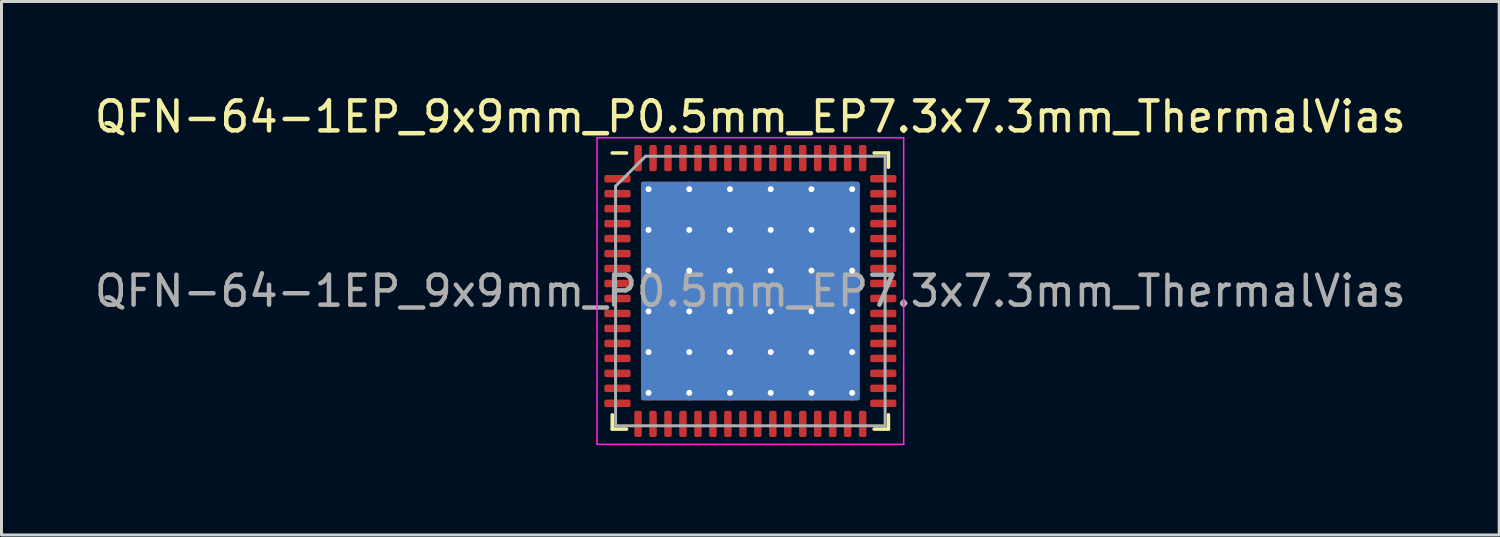
<source format=kicad_pcb>
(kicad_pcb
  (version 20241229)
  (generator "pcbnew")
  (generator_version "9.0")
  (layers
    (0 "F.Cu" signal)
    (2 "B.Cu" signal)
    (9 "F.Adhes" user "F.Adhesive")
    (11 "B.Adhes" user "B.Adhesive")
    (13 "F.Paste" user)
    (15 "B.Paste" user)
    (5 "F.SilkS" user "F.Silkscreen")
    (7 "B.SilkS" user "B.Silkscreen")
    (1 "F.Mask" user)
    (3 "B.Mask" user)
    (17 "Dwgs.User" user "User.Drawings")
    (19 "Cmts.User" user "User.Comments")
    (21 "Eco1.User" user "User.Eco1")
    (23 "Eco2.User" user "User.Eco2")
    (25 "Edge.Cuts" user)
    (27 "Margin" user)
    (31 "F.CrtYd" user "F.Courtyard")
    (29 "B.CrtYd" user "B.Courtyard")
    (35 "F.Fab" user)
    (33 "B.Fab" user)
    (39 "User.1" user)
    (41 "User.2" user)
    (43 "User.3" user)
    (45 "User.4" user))
  (footprint "QFN-64-1EP_9x9mm_P0.5mm_EP7.3x7.3mm_ThermalVias"
    (layer "F.Cu")
    (at 22.006 6.668)
    (property "Reference" "QFN-64-1EP_9x9mm_P0.5mm_EP7.3x7.3mm_ThermalVias" (at 0 -5.82 0) (layer "F.SilkS") (effects (font (size 1 1) (thickness 0.15))))
    (attr smd)
    (fp_line (start -4.61 4.61) (end -4.61 4.135) (stroke (width 0.12) (type solid)) (layer "F.SilkS"))
    (fp_line (start -4.135 -4.61) (end -4.61 -4.61) (stroke (width 0.12) (type solid)) (layer "F.SilkS"))
    (fp_line (start -4.135 4.61) (end -4.61 4.61) (stroke (width 0.12) (type solid)) (layer "F.SilkS"))
    (fp_line (start 4.135 -4.61) (end 4.61 -4.61) (stroke (width 0.12) (type solid)) (layer "F.SilkS"))
    (fp_line (start 4.135 4.61) (end 4.61 4.61) (stroke (width 0.12) (type solid)) (layer "F.SilkS"))
    (fp_line (start 4.61 -4.61) (end 4.61 -4.135) (stroke (width 0.12) (type solid)) (layer "F.SilkS"))
    (fp_line (start 4.61 4.61) (end 4.61 4.135) (stroke (width 0.12) (type solid)) (layer "F.SilkS"))
    (fp_line (start -5.12 -5.12) (end -5.12 5.12) (stroke (width 0.05) (type solid)) (layer "F.CrtYd"))
    (fp_line (start -5.12 5.12) (end 5.12 5.12) (stroke (width 0.05) (type solid)) (layer "F.CrtYd"))
    (fp_line (start 5.12 -5.12) (end -5.12 -5.12) (stroke (width 0.05) (type solid)) (layer "F.CrtYd"))
    (fp_line (start 5.12 5.12) (end 5.12 -5.12) (stroke (width 0.05) (type solid)) (layer "F.CrtYd"))
    (fp_line (start -4.5 -3.5) (end -3.5 -4.5) (stroke (width 0.1) (type solid)) (layer "F.Fab"))
    (fp_line (start -4.5 4.5) (end -4.5 -3.5) (stroke (width 0.1) (type solid)) (layer "F.Fab"))
    (fp_line (start -3.5 -4.5) (end 4.5 -4.5) (stroke (width 0.1) (type solid)) (layer "F.Fab"))
    (fp_line (start 4.5 -4.5) (end 4.5 4.5) (stroke (width 0.1) (type solid)) (layer "F.Fab"))
    (fp_line (start 4.5 4.5) (end -4.5 4.5) (stroke (width 0.1) (type solid)) (layer "F.Fab"))
    (fp_text user "${REFERENCE}" (at 0 0 0) (layer "F.Fab") (effects (font (size 1 1) (thickness 0.15))))
    (pad "" smd custom (at -2.72 -2.72) (size 1.106 1.106) (layers "F.Paste") (options (anchor circle)) (primitives (gr_poly (pts (xy -0.589 -0.489) (xy -0.489 -0.589) (xy 0.489 -0.589) (xy 0.589 -0.489) (xy 0.589 0.489) (xy 0.489 0.589) (xy -0.489 0.589) (xy -0.589 0.489)) (width 0) (fill yes))))
    (pad "" smd custom (at -2.72 -1.36) (size 1.106 1.106) (layers "F.Paste") (options (anchor circle)) (primitives (gr_poly (pts (xy -0.589 -0.489) (xy -0.489 -0.589) (xy 0.489 -0.589) (xy 0.589 -0.489) (xy 0.589 0.489) (xy 0.489 0.589) (xy -0.489 0.589) (xy -0.589 0.489)) (width 0) (fill yes))))
    (pad "" smd custom (at -2.72 0) (size 1.106 1.106) (layers "F.Paste") (options (anchor circle)) (primitives (gr_poly (pts (xy -0.589 -0.489) (xy -0.489 -0.589) (xy 0.489 -0.589) (xy 0.589 -0.489) (xy 0.589 0.489) (xy 0.489 0.589) (xy -0.489 0.589) (xy -0.589 0.489)) (width 0) (fill yes))))
    (pad "" smd custom (at -2.72 1.36) (size 1.106 1.106) (layers "F.Paste") (options (anchor circle)) (primitives (gr_poly (pts (xy -0.589 -0.489) (xy -0.489 -0.589) (xy 0.489 -0.589) (xy 0.589 -0.489) (xy 0.589 0.489) (xy 0.489 0.589) (xy -0.489 0.589) (xy -0.589 0.489)) (width 0) (fill yes))))
    (pad "" smd custom (at -2.72 2.72) (size 1.106 1.106) (layers "F.Paste") (options (anchor circle)) (primitives (gr_poly (pts (xy -0.589 -0.489) (xy -0.489 -0.589) (xy 0.489 -0.589) (xy 0.589 -0.489) (xy 0.589 0.489) (xy 0.489 0.589) (xy -0.489 0.589) (xy -0.589 0.489)) (width 0) (fill yes))))
    (pad "" smd custom (at -1.36 -2.72) (size 1.106 1.106) (layers "F.Paste") (options (anchor circle)) (primitives (gr_poly (pts (xy -0.589 -0.489) (xy -0.489 -0.589) (xy 0.489 -0.589) (xy 0.589 -0.489) (xy 0.589 0.489) (xy 0.489 0.589) (xy -0.489 0.589) (xy -0.589 0.489)) (width 0) (fill yes))))
    (pad "" smd custom (at -1.36 -1.36) (size 1.106 1.106) (layers "F.Paste") (options (anchor circle)) (primitives (gr_poly (pts (xy -0.589 -0.489) (xy -0.489 -0.589) (xy 0.489 -0.589) (xy 0.589 -0.489) (xy 0.589 0.489) (xy 0.489 0.589) (xy -0.489 0.589) (xy -0.589 0.489)) (width 0) (fill yes))))
    (pad "" smd custom (at -1.36 0) (size 1.106 1.106) (layers "F.Paste") (options (anchor circle)) (primitives (gr_poly (pts (xy -0.589 -0.489) (xy -0.489 -0.589) (xy 0.489 -0.589) (xy 0.589 -0.489) (xy 0.589 0.489) (xy 0.489 0.589) (xy -0.489 0.589) (xy -0.589 0.489)) (width 0) (fill yes))))
    (pad "" smd custom (at -1.36 1.36) (size 1.106 1.106) (layers "F.Paste") (options (anchor circle)) (primitives (gr_poly (pts (xy -0.589 -0.489) (xy -0.489 -0.589) (xy 0.489 -0.589) (xy 0.589 -0.489) (xy 0.589 0.489) (xy 0.489 0.589) (xy -0.489 0.589) (xy -0.589 0.489)) (width 0) (fill yes))))
    (pad "" smd custom (at -1.36 2.72) (size 1.106 1.106) (layers "F.Paste") (options (anchor circle)) (primitives (gr_poly (pts (xy -0.589 -0.489) (xy -0.489 -0.589) (xy 0.489 -0.589) (xy 0.589 -0.489) (xy 0.589 0.489) (xy 0.489 0.589) (xy -0.489 0.589) (xy -0.589 0.489)) (width 0) (fill yes))))
    (pad "" smd custom (at 0 -2.72) (size 1.106 1.106) (layers "F.Paste") (options (anchor circle)) (primitives (gr_poly (pts (xy -0.589 -0.489) (xy -0.489 -0.589) (xy 0.489 -0.589) (xy 0.589 -0.489) (xy 0.589 0.489) (xy 0.489 0.589) (xy -0.489 0.589) (xy -0.589 0.489)) (width 0) (fill yes))))
    (pad "" smd custom (at 0 -1.36) (size 1.106 1.106) (layers "F.Paste") (options (anchor circle)) (primitives (gr_poly (pts (xy -0.589 -0.489) (xy -0.489 -0.589) (xy 0.489 -0.589) (xy 0.589 -0.489) (xy 0.589 0.489) (xy 0.489 0.589) (xy -0.489 0.589) (xy -0.589 0.489)) (width 0) (fill yes))))
    (pad "" smd custom (at 0 0) (size 1.106 1.106) (layers "F.Paste") (options (anchor circle)) (primitives (gr_poly (pts (xy -0.589 -0.489) (xy -0.489 -0.589) (xy 0.489 -0.589) (xy 0.589 -0.489) (xy 0.589 0.489) (xy 0.489 0.589) (xy -0.489 0.589) (xy -0.589 0.489)) (width 0) (fill yes))))
    (pad "" smd custom (at 0 1.36) (size 1.106 1.106) (layers "F.Paste") (options (anchor circle)) (primitives (gr_poly (pts (xy -0.589 -0.489) (xy -0.489 -0.589) (xy 0.489 -0.589) (xy 0.589 -0.489) (xy 0.589 0.489) (xy 0.489 0.589) (xy -0.489 0.589) (xy -0.589 0.489)) (width 0) (fill yes))))
    (pad "" smd custom (at 0 2.72) (size 1.106 1.106) (layers "F.Paste") (options (anchor circle)) (primitives (gr_poly (pts (xy -0.589 -0.489) (xy -0.489 -0.589) (xy 0.489 -0.589) (xy 0.589 -0.489) (xy 0.589 0.489) (xy 0.489 0.589) (xy -0.489 0.589) (xy -0.589 0.489)) (width 0) (fill yes))))
    (pad "" smd custom (at 1.36 -2.72) (size 1.106 1.106) (layers "F.Paste") (options (anchor circle)) (primitives (gr_poly (pts (xy -0.589 -0.489) (xy -0.489 -0.589) (xy 0.489 -0.589) (xy 0.589 -0.489) (xy 0.589 0.489) (xy 0.489 0.589) (xy -0.489 0.589) (xy -0.589 0.489)) (width 0) (fill yes))))
    (pad "" smd custom (at 1.36 -1.36) (size 1.106 1.106) (layers "F.Paste") (options (anchor circle)) (primitives (gr_poly (pts (xy -0.589 -0.489) (xy -0.489 -0.589) (xy 0.489 -0.589) (xy 0.589 -0.489) (xy 0.589 0.489) (xy 0.489 0.589) (xy -0.489 0.589) (xy -0.589 0.489)) (width 0) (fill yes))))
    (pad "" smd custom (at 1.36 0) (size 1.106 1.106) (layers "F.Paste") (options (anchor circle)) (primitives (gr_poly (pts (xy -0.589 -0.489) (xy -0.489 -0.589) (xy 0.489 -0.589) (xy 0.589 -0.489) (xy 0.589 0.489) (xy 0.489 0.589) (xy -0.489 0.589) (xy -0.589 0.489)) (width 0) (fill yes))))
    (pad "" smd custom (at 1.36 1.36) (size 1.106 1.106) (layers "F.Paste") (options (anchor circle)) (primitives (gr_poly (pts (xy -0.589 -0.489) (xy -0.489 -0.589) (xy 0.489 -0.589) (xy 0.589 -0.489) (xy 0.589 0.489) (xy 0.489 0.589) (xy -0.489 0.589) (xy -0.589 0.489)) (width 0) (fill yes))))
    (pad "" smd custom (at 1.36 2.72) (size 1.106 1.106) (layers "F.Paste") (options (anchor circle)) (primitives (gr_poly (pts (xy -0.589 -0.489) (xy -0.489 -0.589) (xy 0.489 -0.589) (xy 0.589 -0.489) (xy 0.589 0.489) (xy 0.489 0.589) (xy -0.489 0.589) (xy -0.589 0.489)) (width 0) (fill yes))))
    (pad "" smd custom (at 2.72 -2.72) (size 1.106 1.106) (layers "F.Paste") (options (anchor circle)) (primitives (gr_poly (pts (xy -0.589 -0.489) (xy -0.489 -0.589) (xy 0.489 -0.589) (xy 0.589 -0.489) (xy 0.589 0.489) (xy 0.489 0.589) (xy -0.489 0.589) (xy -0.589 0.489)) (width 0) (fill yes))))
    (pad "" smd custom (at 2.72 -1.36) (size 1.106 1.106) (layers "F.Paste") (options (anchor circle)) (primitives (gr_poly (pts (xy -0.589 -0.489) (xy -0.489 -0.589) (xy 0.489 -0.589) (xy 0.589 -0.489) (xy 0.589 0.489) (xy 0.489 0.589) (xy -0.489 0.589) (xy -0.589 0.489)) (width 0) (fill yes))))
    (pad "" smd custom (at 2.72 0) (size 1.106 1.106) (layers "F.Paste") (options (anchor circle)) (primitives (gr_poly (pts (xy -0.589 -0.489) (xy -0.489 -0.589) (xy 0.489 -0.589) (xy 0.589 -0.489) (xy 0.589 0.489) (xy 0.489 0.589) (xy -0.489 0.589) (xy -0.589 0.489)) (width 0) (fill yes))))
    (pad "" smd custom (at 2.72 1.36) (size 1.106 1.106) (layers "F.Paste") (options (anchor circle)) (primitives (gr_poly (pts (xy -0.589 -0.489) (xy -0.489 -0.589) (xy 0.489 -0.589) (xy 0.589 -0.489) (xy 0.589 0.489) (xy 0.489 0.589) (xy -0.489 0.589) (xy -0.589 0.489)) (width 0) (fill yes))))
    (pad "" smd custom (at 2.72 2.72) (size 1.106 1.106) (layers "F.Paste") (options (anchor circle)) (primitives (gr_poly (pts (xy -0.589 -0.489) (xy -0.489 -0.589) (xy 0.489 -0.589) (xy 0.589 -0.489) (xy 0.589 0.489) (xy 0.489 0.589) (xy -0.489 0.589) (xy -0.589 0.489)) (width 0) (fill yes))))
    (pad "1" smd roundrect (at -4.438 -3.75) (size 0.875 0.25) (layers "F.Cu" "F.Mask" "F.Paste") (roundrect_rratio 0.25))
    (pad "2" smd roundrect (at -4.438 -3.25) (size 0.875 0.25) (layers "F.Cu" "F.Mask" "F.Paste") (roundrect_rratio 0.25))
    (pad "3" smd roundrect (at -4.438 -2.75) (size 0.875 0.25) (layers "F.Cu" "F.Mask" "F.Paste") (roundrect_rratio 0.25))
    (pad "4" smd roundrect (at -4.438 -2.25) (size 0.875 0.25) (layers "F.Cu" "F.Mask" "F.Paste") (roundrect_rratio 0.25))
    (pad "5" smd roundrect (at -4.438 -1.75) (size 0.875 0.25) (layers "F.Cu" "F.Mask" "F.Paste") (roundrect_rratio 0.25))
    (pad "6" smd roundrect (at -4.438 -1.25) (size 0.875 0.25) (layers "F.Cu" "F.Mask" "F.Paste") (roundrect_rratio 0.25))
    (pad "7" smd roundrect (at -4.438 -0.75) (size 0.875 0.25) (layers "F.Cu" "F.Mask" "F.Paste") (roundrect_rratio 0.25))
    (pad "8" smd roundrect (at -4.438 -0.25) (size 0.875 0.25) (layers "F.Cu" "F.Mask" "F.Paste") (roundrect_rratio 0.25))
    (pad "9" smd roundrect (at -4.438 0.25) (size 0.875 0.25) (layers "F.Cu" "F.Mask" "F.Paste") (roundrect_rratio 0.25))
    (pad "10" smd roundrect (at -4.438 0.75) (size 0.875 0.25) (layers "F.Cu" "F.Mask" "F.Paste") (roundrect_rratio 0.25))
    (pad "11" smd roundrect (at -4.438 1.25) (size 0.875 0.25) (layers "F.Cu" "F.Mask" "F.Paste") (roundrect_rratio 0.25))
    (pad "12" smd roundrect (at -4.438 1.75) (size 0.875 0.25) (layers "F.Cu" "F.Mask" "F.Paste") (roundrect_rratio 0.25))
    (pad "13" smd roundrect (at -4.438 2.25) (size 0.875 0.25) (layers "F.Cu" "F.Mask" "F.Paste") (roundrect_rratio 0.25))
    (pad "14" smd roundrect (at -4.438 2.75) (size 0.875 0.25) (layers "F.Cu" "F.Mask" "F.Paste") (roundrect_rratio 0.25))
    (pad "15" smd roundrect (at -4.438 3.25) (size 0.875 0.25) (layers "F.Cu" "F.Mask" "F.Paste") (roundrect_rratio 0.25))
    (pad "16" smd roundrect (at -4.438 3.75) (size 0.875 0.25) (layers "F.Cu" "F.Mask" "F.Paste") (roundrect_rratio 0.25))
    (pad "17" smd roundrect (at -3.75 4.438) (size 0.25 0.875) (layers "F.Cu" "F.Mask" "F.Paste") (roundrect_rratio 0.25))
    (pad "18" smd roundrect (at -3.25 4.438) (size 0.25 0.875) (layers "F.Cu" "F.Mask" "F.Paste") (roundrect_rratio 0.25))
    (pad "19" smd roundrect (at -2.75 4.438) (size 0.25 0.875) (layers "F.Cu" "F.Mask" "F.Paste") (roundrect_rratio 0.25))
    (pad "20" smd roundrect (at -2.25 4.438) (size 0.25 0.875) (layers "F.Cu" "F.Mask" "F.Paste") (roundrect_rratio 0.25))
    (pad "21" smd roundrect (at -1.75 4.438) (size 0.25 0.875) (layers "F.Cu" "F.Mask" "F.Paste") (roundrect_rratio 0.25))
    (pad "22" smd roundrect (at -1.25 4.438) (size 0.25 0.875) (layers "F.Cu" "F.Mask" "F.Paste") (roundrect_rratio 0.25))
    (pad "23" smd roundrect (at -0.75 4.438) (size 0.25 0.875) (layers "F.Cu" "F.Mask" "F.Paste") (roundrect_rratio 0.25))
    (pad "24" smd roundrect (at -0.25 4.438) (size 0.25 0.875) (layers "F.Cu" "F.Mask" "F.Paste") (roundrect_rratio 0.25))
    (pad "25" smd roundrect (at 0.25 4.438) (size 0.25 0.875) (layers "F.Cu" "F.Mask" "F.Paste") (roundrect_rratio 0.25))
    (pad "26" smd roundrect (at 0.75 4.438) (size 0.25 0.875) (layers "F.Cu" "F.Mask" "F.Paste") (roundrect_rratio 0.25))
    (pad "27" smd roundrect (at 1.25 4.438) (size 0.25 0.875) (layers "F.Cu" "F.Mask" "F.Paste") (roundrect_rratio 0.25))
    (pad "28" smd roundrect (at 1.75 4.438) (size 0.25 0.875) (layers "F.Cu" "F.Mask" "F.Paste") (roundrect_rratio 0.25))
    (pad "29" smd roundrect (at 2.25 4.438) (size 0.25 0.875) (layers "F.Cu" "F.Mask" "F.Paste") (roundrect_rratio 0.25))
    (pad "30" smd roundrect (at 2.75 4.438) (size 0.25 0.875) (layers "F.Cu" "F.Mask" "F.Paste") (roundrect_rratio 0.25))
    (pad "31" smd roundrect (at 3.25 4.438) (size 0.25 0.875) (layers "F.Cu" "F.Mask" "F.Paste") (roundrect_rratio 0.25))
    (pad "32" smd roundrect (at 3.75 4.438) (size 0.25 0.875) (layers "F.Cu" "F.Mask" "F.Paste") (roundrect_rratio 0.25))
    (pad "33" smd roundrect (at 4.438 3.75) (size 0.875 0.25) (layers "F.Cu" "F.Mask" "F.Paste") (roundrect_rratio 0.25))
    (pad "34" smd roundrect (at 4.438 3.25) (size 0.875 0.25) (layers "F.Cu" "F.Mask" "F.Paste") (roundrect_rratio 0.25))
    (pad "35" smd roundrect (at 4.438 2.75) (size 0.875 0.25) (layers "F.Cu" "F.Mask" "F.Paste") (roundrect_rratio 0.25))
    (pad "36" smd roundrect (at 4.438 2.25) (size 0.875 0.25) (layers "F.Cu" "F.Mask" "F.Paste") (roundrect_rratio 0.25))
    (pad "37" smd roundrect (at 4.438 1.75) (size 0.875 0.25) (layers "F.Cu" "F.Mask" "F.Paste") (roundrect_rratio 0.25))
    (pad "38" smd roundrect (at 4.438 1.25) (size 0.875 0.25) (layers "F.Cu" "F.Mask" "F.Paste") (roundrect_rratio 0.25))
    (pad "39" smd roundrect (at 4.438 0.75) (size 0.875 0.25) (layers "F.Cu" "F.Mask" "F.Paste") (roundrect_rratio 0.25))
    (pad "40" smd roundrect (at 4.438 0.25) (size 0.875 0.25) (layers "F.Cu" "F.Mask" "F.Paste") (roundrect_rratio 0.25))
    (pad "41" smd roundrect (at 4.438 -0.25) (size 0.875 0.25) (layers "F.Cu" "F.Mask" "F.Paste") (roundrect_rratio 0.25))
    (pad "42" smd roundrect (at 4.438 -0.75) (size 0.875 0.25) (layers "F.Cu" "F.Mask" "F.Paste") (roundrect_rratio 0.25))
    (pad "43" smd roundrect (at 4.438 -1.25) (size 0.875 0.25) (layers "F.Cu" "F.Mask" "F.Paste") (roundrect_rratio 0.25))
    (pad "44" smd roundrect (at 4.438 -1.75) (size 0.875 0.25) (layers "F.Cu" "F.Mask" "F.Paste") (roundrect_rratio 0.25))
    (pad "45" smd roundrect (at 4.438 -2.25) (size 0.875 0.25) (layers "F.Cu" "F.Mask" "F.Paste") (roundrect_rratio 0.25))
    (pad "46" smd roundrect (at 4.438 -2.75) (size 0.875 0.25) (layers "F.Cu" "F.Mask" "F.Paste") (roundrect_rratio 0.25))
    (pad "47" smd roundrect (at 4.438 -3.25) (size 0.875 0.25) (layers "F.Cu" "F.Mask" "F.Paste") (roundrect_rratio 0.25))
    (pad "48" smd roundrect (at 4.438 -3.75) (size 0.875 0.25) (layers "F.Cu" "F.Mask" "F.Paste") (roundrect_rratio 0.25))
    (pad "49" smd roundrect (at 3.75 -4.438) (size 0.25 0.875) (layers "F.Cu" "F.Mask" "F.Paste") (roundrect_rratio 0.25))
    (pad "50" smd roundrect (at 3.25 -4.438) (size 0.25 0.875) (layers "F.Cu" "F.Mask" "F.Paste") (roundrect_rratio 0.25))
    (pad "51" smd roundrect (at 2.75 -4.438) (size 0.25 0.875) (layers "F.Cu" "F.Mask" "F.Paste") (roundrect_rratio 0.25))
    (pad "52" smd roundrect (at 2.25 -4.438) (size 0.25 0.875) (layers "F.Cu" "F.Mask" "F.Paste") (roundrect_rratio 0.25))
    (pad "53" smd roundrect (at 1.75 -4.438) (size 0.25 0.875) (layers "F.Cu" "F.Mask" "F.Paste") (roundrect_rratio 0.25))
    (pad "54" smd roundrect (at 1.25 -4.438) (size 0.25 0.875) (layers "F.Cu" "F.Mask" "F.Paste") (roundrect_rratio 0.25))
    (pad "55" smd roundrect (at 0.75 -4.438) (size 0.25 0.875) (layers "F.Cu" "F.Mask" "F.Paste") (roundrect_rratio 0.25))
    (pad "56" smd roundrect (at 0.25 -4.438) (size 0.25 0.875) (layers "F.Cu" "F.Mask" "F.Paste") (roundrect_rratio 0.25))
    (pad "57" smd roundrect (at -0.25 -4.438) (size 0.25 0.875) (layers "F.Cu" "F.Mask" "F.Paste") (roundrect_rratio 0.25))
    (pad "58" smd roundrect (at -0.75 -4.438) (size 0.25 0.875) (layers "F.Cu" "F.Mask" "F.Paste") (roundrect_rratio 0.25))
    (pad "59" smd roundrect (at -1.25 -4.438) (size 0.25 0.875) (layers "F.Cu" "F.Mask" "F.Paste") (roundrect_rratio 0.25))
    (pad "60" smd roundrect (at -1.75 -4.438) (size 0.25 0.875) (layers "F.Cu" "F.Mask" "F.Paste") (roundrect_rratio 0.25))
    (pad "61" smd roundrect (at -2.25 -4.438) (size 0.25 0.875) (layers "F.Cu" "F.Mask" "F.Paste") (roundrect_rratio 0.25))
    (pad "62" smd roundrect (at -2.75 -4.438) (size 0.25 0.875) (layers "F.Cu" "F.Mask" "F.Paste") (roundrect_rratio 0.25))
    (pad "63" smd roundrect (at -3.25 -4.438) (size 0.25 0.875) (layers "F.Cu" "F.Mask" "F.Paste") (roundrect_rratio 0.25))
    (pad "64" smd roundrect (at -3.75 -4.438) (size 0.25 0.875) (layers "F.Cu" "F.Mask" "F.Paste") (roundrect_rratio 0.25))
    (pad "65" thru_hole circle (at -3.4 -3.4) (size 0.5 0.5) (drill 0.2) (layers "*.Cu"))
    (pad "65" thru_hole circle (at -3.4 -2.04) (size 0.5 0.5) (drill 0.2) (layers "*.Cu"))
    (pad "65" thru_hole circle (at -3.4 -0.68) (size 0.5 0.5) (drill 0.2) (layers "*.Cu"))
    (pad "65" thru_hole circle (at -3.4 0.68) (size 0.5 0.5) (drill 0.2) (layers "*.Cu"))
    (pad "65" thru_hole circle (at -3.4 2.04) (size 0.5 0.5) (drill 0.2) (layers "*.Cu"))
    (pad "65" thru_hole circle (at -3.4 3.4) (size 0.5 0.5) (drill 0.2) (layers "*.Cu"))
    (pad "65" thru_hole circle (at -2.04 -3.4) (size 0.5 0.5) (drill 0.2) (layers "*.Cu"))
    (pad "65" thru_hole circle (at -2.04 -2.04) (size 0.5 0.5) (drill 0.2) (layers "*.Cu"))
    (pad "65" thru_hole circle (at -2.04 -0.68) (size 0.5 0.5) (drill 0.2) (layers "*.Cu"))
    (pad "65" thru_hole circle (at -2.04 0.68) (size 0.5 0.5) (drill 0.2) (layers "*.Cu"))
    (pad "65" thru_hole circle (at -2.04 2.04) (size 0.5 0.5) (drill 0.2) (layers "*.Cu"))
    (pad "65" thru_hole circle (at -2.04 3.4) (size 0.5 0.5) (drill 0.2) (layers "*.Cu"))
    (pad "65" thru_hole circle (at -0.68 -3.4) (size 0.5 0.5) (drill 0.2) (layers "*.Cu"))
    (pad "65" thru_hole circle (at -0.68 -2.04) (size 0.5 0.5) (drill 0.2) (layers "*.Cu"))
    (pad "65" thru_hole circle (at -0.68 -0.68) (size 0.5 0.5) (drill 0.2) (layers "*.Cu"))
    (pad "65" thru_hole circle (at -0.68 0.68) (size 0.5 0.5) (drill 0.2) (layers "*.Cu"))
    (pad "65" thru_hole circle (at -0.68 2.04) (size 0.5 0.5) (drill 0.2) (layers "*.Cu"))
    (pad "65" thru_hole circle (at -0.68 3.4) (size 0.5 0.5) (drill 0.2) (layers "*.Cu"))
    (pad "65" smd roundrect (at 0 0) (size 7.3 7.3) (layers "F.Cu" "F.Mask") (roundrect_rratio 0.009))
    (pad "65" smd roundrect (at 0 0) (size 7.3 7.3) (layers "B.Cu") (roundrect_rratio 0.009))
    (pad "65" thru_hole circle (at 0.68 -3.4) (size 0.5 0.5) (drill 0.2) (layers "*.Cu"))
    (pad "65" thru_hole circle (at 0.68 -2.04) (size 0.5 0.5) (drill 0.2) (layers "*.Cu"))
    (pad "65" thru_hole circle (at 0.68 -0.68) (size 0.5 0.5) (drill 0.2) (layers "*.Cu"))
    (pad "65" thru_hole circle (at 0.68 0.68) (size 0.5 0.5) (drill 0.2) (layers "*.Cu"))
    (pad "65" thru_hole circle (at 0.68 2.04) (size 0.5 0.5) (drill 0.2) (layers "*.Cu"))
    (pad "65" thru_hole circle (at 0.68 3.4) (size 0.5 0.5) (drill 0.2) (layers "*.Cu"))
    (pad "65" thru_hole circle (at 2.04 -3.4) (size 0.5 0.5) (drill 0.2) (layers "*.Cu"))
    (pad "65" thru_hole circle (at 2.04 -2.04) (size 0.5 0.5) (drill 0.2) (layers "*.Cu"))
    (pad "65" thru_hole circle (at 2.04 -0.68) (size 0.5 0.5) (drill 0.2) (layers "*.Cu"))
    (pad "65" thru_hole circle (at 2.04 0.68) (size 0.5 0.5) (drill 0.2) (layers "*.Cu"))
    (pad "65" thru_hole circle (at 2.04 2.04) (size 0.5 0.5) (drill 0.2) (layers "*.Cu"))
    (pad "65" thru_hole circle (at 2.04 3.4) (size 0.5 0.5) (drill 0.2) (layers "*.Cu"))
    (pad "65" thru_hole circle (at 3.4 -3.4) (size 0.5 0.5) (drill 0.2) (layers "*.Cu"))
    (pad "65" thru_hole circle (at 3.4 -2.04) (size 0.5 0.5) (drill 0.2) (layers "*.Cu"))
    (pad "65" thru_hole circle (at 3.4 -0.68) (size 0.5 0.5) (drill 0.2) (layers "*.Cu"))
    (pad "65" thru_hole circle (at 3.4 0.68) (size 0.5 0.5) (drill 0.2) (layers "*.Cu"))
    (pad "65" thru_hole circle (at 3.4 2.04) (size 0.5 0.5) (drill 0.2) (layers "*.Cu"))
    (pad "65" thru_hole circle (at 3.4 3.4) (size 0.5 0.5) (drill 0.2) (layers "*.Cu")))
  (gr_rect
    (start -3 -3)
    (end 47.012 14.813)
    (stroke (width 0.1) (type default))
    (fill no)
    (layer "Edge.Cuts")))
</source>
